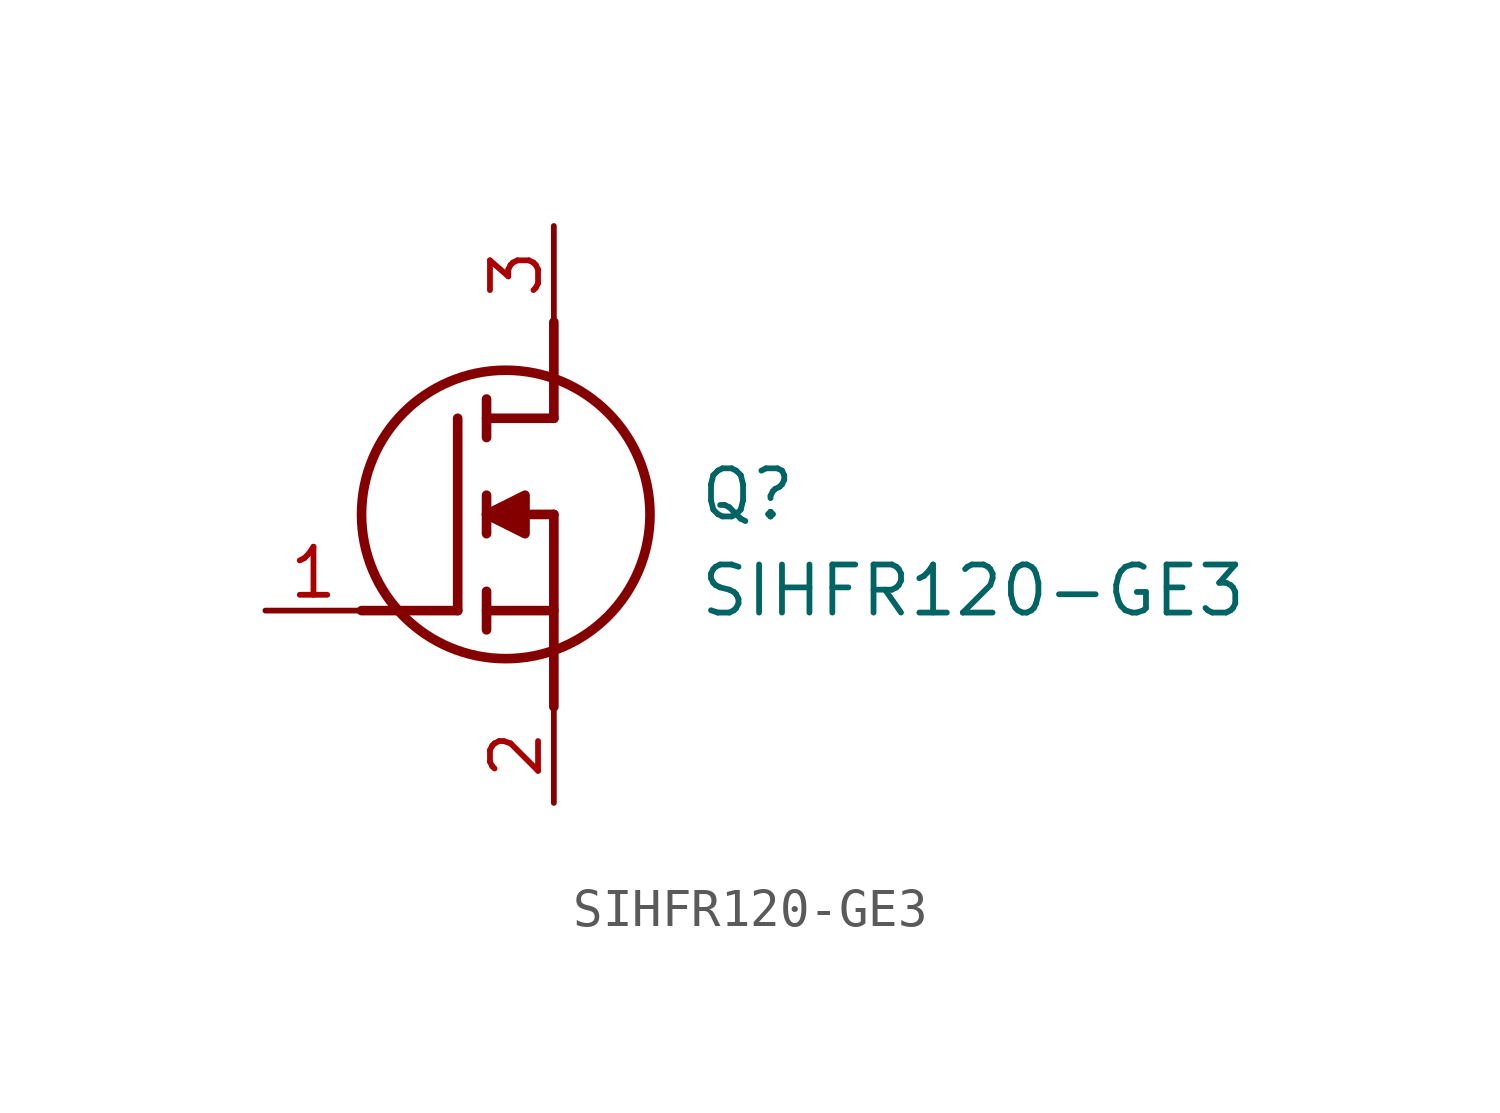
<source format=kicad_sym>
(kicad_symbol_lib
  (version 20211014)
  (generator SamacSys_ECAD_Model)
  (symbol "SIHFR120-GE3"
    (pin_names hide)
    (property "Reference" "Q"
      (at 11.43 3.81 0)
      (effects (font (size 1.27 1.27)) (justify left top)))
    (property "Value" "SIHFR120-GE3"
      (at 11.43 1.27 0)
      (effects (font (size 1.27 1.27)) (justify left top)))
    (polyline
      (pts (xy 7.62 2.54) (xy 7.62 -2.54))
      (stroke (width 0.254) (type default))
      (fill (type none)))
    (polyline
      (pts (xy 7.62 5.08) (xy 7.62 7.62))
      (stroke (width 0.254) (type default))
      (fill (type none)))
    (polyline
      (pts (xy 2.54 0) (xy 5.08 0))
      (stroke (width 0.254) (type default))
      (fill (type none)))
    (polyline
      (pts (xy 5.08 5.08) (xy 5.08 0))
      (stroke (width 0.254) (type default))
      (fill (type none)))
    (polyline
      (pts (xy 7.62 2.54) (xy 5.842 2.54))
      (stroke (width 0.254) (type default))
      (fill (type none)))
    (polyline
      (pts (xy 7.62 5.08) (xy 5.842 5.08))
      (stroke (width 0.254) (type default))
      (fill (type none)))
    (polyline
      (pts (xy 5.842 0) (xy 7.62 0))
      (stroke (width 0.254) (type default))
      (fill (type none)))
    (polyline
      (pts (xy 5.842 5.588) (xy 5.842 4.572))
      (stroke (width 0.254) (type default))
      (fill (type none)))
    (polyline
      (pts (xy 5.842 -0.508) (xy 5.842 0.508))
      (stroke (width 0.254) (type default))
      (fill (type none)))
    (polyline
      (pts (xy 5.842 2.032) (xy 5.842 3.048))
      (stroke (width 0.254) (type default))
      (fill (type none)))
    (circle
      (center 6.35 2.54)
      (radius 3.81)
      (stroke (width 0.254) (type default))
      (fill (type none)))
    (polyline
      (pts (xy 5.842 2.54) (xy 6.858 3.048) (xy 6.858 2.032) (xy 5.842 2.54))
      (stroke (width 0.254) (type default))
      (fill (type outline)))
    (pin passive line
      (at 0 0 0)
      (length 2.54)
      (name "G" (effects (font (size 1.27 1.27))))
      (number "1" (effects (font (size 1.27 1.27)))))
    (pin passive line
      (at 7.62 10.16 270)
      (length 2.54)
      (name "D" (effects (font (size 1.27 1.27))))
      (number "3" (effects (font (size 1.27 1.27)))))
    (pin passive line
      (at 7.62 -5.08 90)
      (length 2.54)
      (name "S" (effects (font (size 1.27 1.27))))
      (number "2" (effects (font (size 1.27 1.27)))))))
</source>
